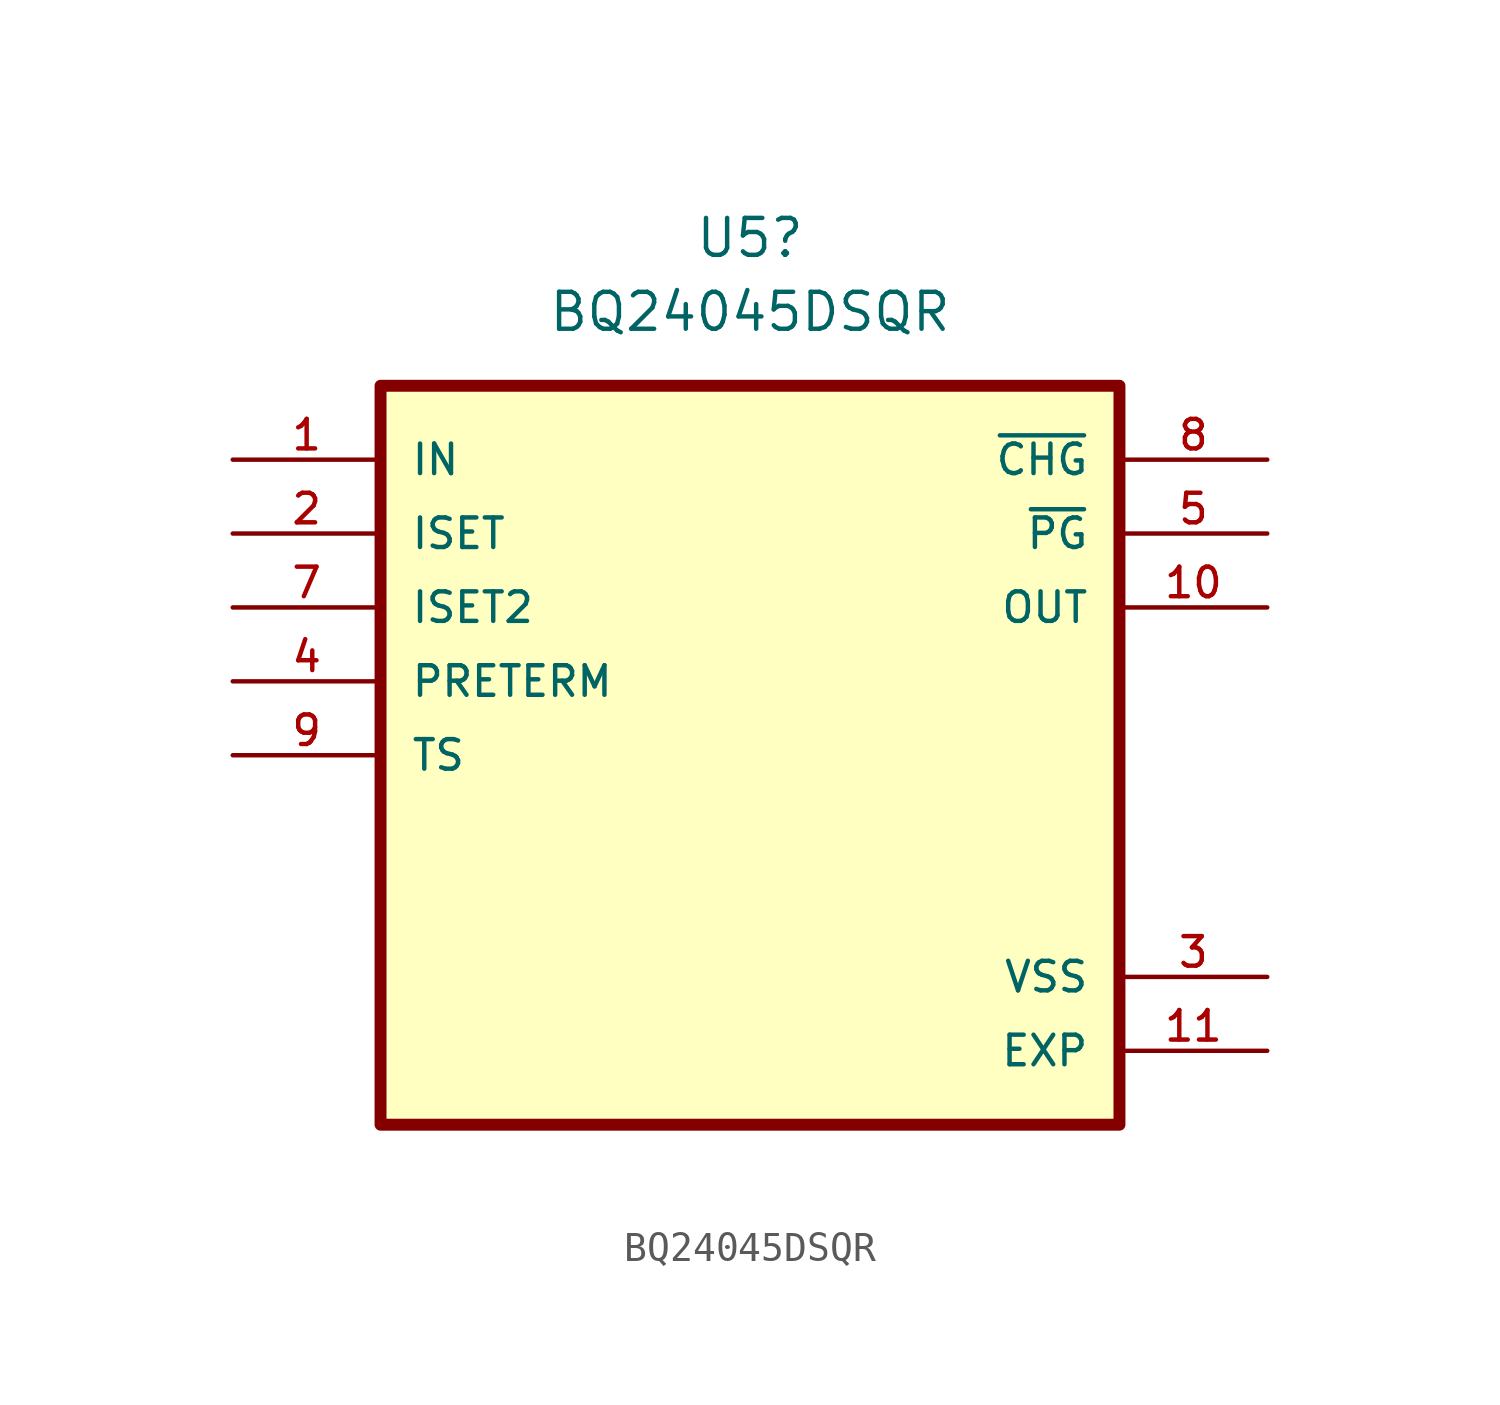
<source format=kicad_sym>
(kicad_symbol_lib
  (version 20231120)
  (generator "kicad_symbol_editor")
  (generator_version "8.0")
  (symbol "BQ24045DSQR"
    (pin_names
      (offset 1.016))
    (property "Reference" "U5"
      (at 0 17.78 0)
      (effects (font (size 1.27 1.27))))
    (property "Value" "BQ24045DSQR"
      (at 0 15.24 0)
      (effects (font (size 1.27 1.27))))
    (symbol "BQ24045DSQR_0_0"
      (rectangle (start -12.7 12.7) (end 12.7 -12.7) (stroke (width 0.41) (type default)) (fill (type background)))
      (pin power_in line (at 17.78 -10.16 180) (length 5.08) (name "EXP" (effects (font (size 1.016 1.016)))) (number "11" (effects (font (size 1.016 1.016)))))
      (pin input line (at -17.78 7.62 0) (length 5.08) (name "ISET" (effects (font (size 1.016 1.016)))) (number "2" (effects (font (size 1.016 1.016)))))
      (pin power_in line (at 17.78 -7.62 180) (length 5.08) (name "VSS" (effects (font (size 1.016 1.016)))) (number "3" (effects (font (size 1.016 1.016)))))
      (pin input line (at -17.78 2.54 0) (length 5.08) (name "PRETERM" (effects (font (size 1.016 1.016)))) (number "4" (effects (font (size 1.016 1.016)))))
      (pin output line (at 17.78 7.62 180) (length 5.08) (name "~{PG}" (effects (font (size 1.016 1.016)))) (number "5" (effects (font (size 1.016 1.016)))))
      (pin input line (at -17.78 5.08 0) (length 5.08) (name "ISET2" (effects (font (size 1.016 1.016)))) (number "7" (effects (font (size 1.016 1.016)))))
      (pin output line (at 17.78 10.16 180) (length 5.08) (name "~{CHG}" (effects (font (size 1.016 1.016)))) (number "8" (effects (font (size 1.016 1.016)))))
      (pin input line (at -17.78 0 0) (length 5.08) (name "TS" (effects (font (size 1.016 1.016)))) (number "9" (effects (font (size 1.016 1.016))))))
    (symbol "BQ24045DSQR_1_0"
      (pin power_in line (at -17.78 10.16 0) (length 5.08) (name "IN" (effects (font (size 1.016 1.016)))) (number "1" (effects (font (size 1.016 1.016)))))
      (pin power_in line (at 17.78 5.08 180) (length 5.08) (name "OUT" (effects (font (size 1.016 1.016)))) (number "10" (effects (font (size 1.016 1.016))))))))
</source>
